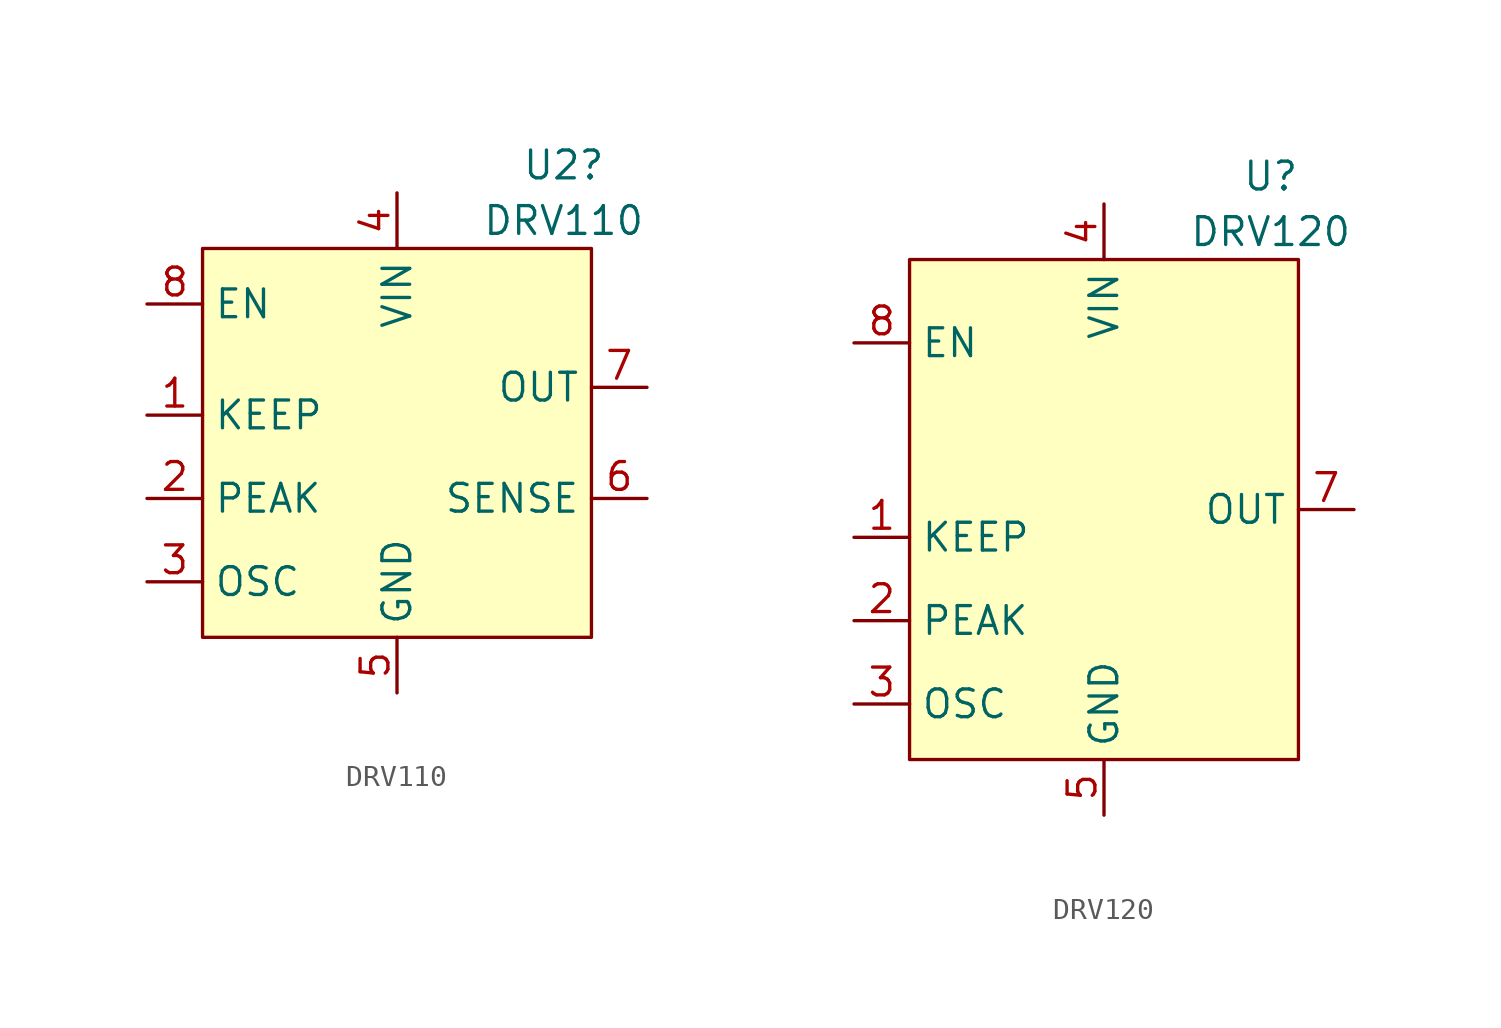
<source format=kicad_sym>
(kicad_symbol_lib
  (version 20220914)
  (generator kicad_symbol_editor)
  (symbol "DRV110"
    (property "Reference" "U2"
      (at 7.62 12.7 0)
      (effects (font (size 1.27 1.27))))
    (property "Value" "DRV110"
      (at 7.62 10.16 0)
      (effects (font (size 1.27 1.27))))
    (symbol "DRV110_0_1"
      (rectangle (start -8.89 8.89) (end 8.89 -8.89) (stroke (width 0) (type default)) (fill (type background))))
    (symbol "DRV110_1_1"
      (pin input line (at -11.43 1.27 0) (length 2.54) (name "KEEP" (effects (font (size 1.27 1.27)))) (number "1" (effects (font (size 1.27 1.27)))))
      (pin input line (at -11.43 -2.54 0) (length 2.54) (name "PEAK" (effects (font (size 1.27 1.27)))) (number "2" (effects (font (size 1.27 1.27)))))
      (pin input line (at -11.43 -6.35 0) (length 2.54) (name "OSC" (effects (font (size 1.27 1.27)))) (number "3" (effects (font (size 1.27 1.27)))))
      (pin power_in line (at 0 11.43 270) (length 2.54) (name "VIN" (effects (font (size 1.27 1.27)))) (number "4" (effects (font (size 1.27 1.27)))))
      (pin power_in line (at 0 -11.43 90) (length 2.54) (name "GND" (effects (font (size 1.27 1.27)))) (number "5" (effects (font (size 1.27 1.27)))))
      (pin input line (at 11.43 -2.54 180) (length 2.54) (name "SENSE" (effects (font (size 1.27 1.27)))) (number "6" (effects (font (size 1.27 1.27)))))
      (pin output line (at 11.43 2.54 180) (length 2.54) (name "OUT" (effects (font (size 1.27 1.27)))) (number "7" (effects (font (size 1.27 1.27)))))
      (pin input line (at -11.43 6.35 0) (length 2.54) (name "EN" (effects (font (size 1.27 1.27)))) (number "8" (effects (font (size 1.27 1.27)))))))
  (symbol "DRV120"
    (property "Reference" "U"
      (at 7.62 15.24 0)
      (effects (font (size 1.27 1.27))))
    (property "Value" "DRV120"
      (at 7.62 12.7 0)
      (effects (font (size 1.27 1.27))))
    (symbol "DRV120_0_1"
      (rectangle (start -8.89 11.43) (end 8.89 -11.43) (stroke (width 0) (type default)) (fill (type background))))
    (symbol "DRV120_1_1"
      (pin input line (at -11.43 -1.27 0) (length 2.54) (name "KEEP" (effects (font (size 1.27 1.27)))) (number "1" (effects (font (size 1.27 1.27)))))
      (pin input line (at -11.43 -5.08 0) (length 2.54) (name "PEAK" (effects (font (size 1.27 1.27)))) (number "2" (effects (font (size 1.27 1.27)))))
      (pin input line (at -11.43 -8.89 0) (length 2.54) (name "OSC" (effects (font (size 1.27 1.27)))) (number "3" (effects (font (size 1.27 1.27)))))
      (pin power_in line (at 0 13.97 270) (length 2.54) (name "VIN" (effects (font (size 1.27 1.27)))) (number "4" (effects (font (size 1.27 1.27)))))
      (pin power_in line (at 0 -13.97 90) (length 2.54) (name "GND" (effects (font (size 1.27 1.27)))) (number "5" (effects (font (size 1.27 1.27)))))
      (pin no_connect line (at 5.08 -13.97 90) (length 2.54) hide (name "NC" (effects (font (size 1.27 1.27)))) (number "6" (effects (font (size 1.27 1.27)))))
      (pin output line (at 11.43 0 180) (length 2.54) (name "OUT" (effects (font (size 1.27 1.27)))) (number "7" (effects (font (size 1.27 1.27)))))
      (pin input line (at -11.43 7.62 0) (length 2.54) (name "EN" (effects (font (size 1.27 1.27)))) (number "8" (effects (font (size 1.27 1.27))))))))
</source>
